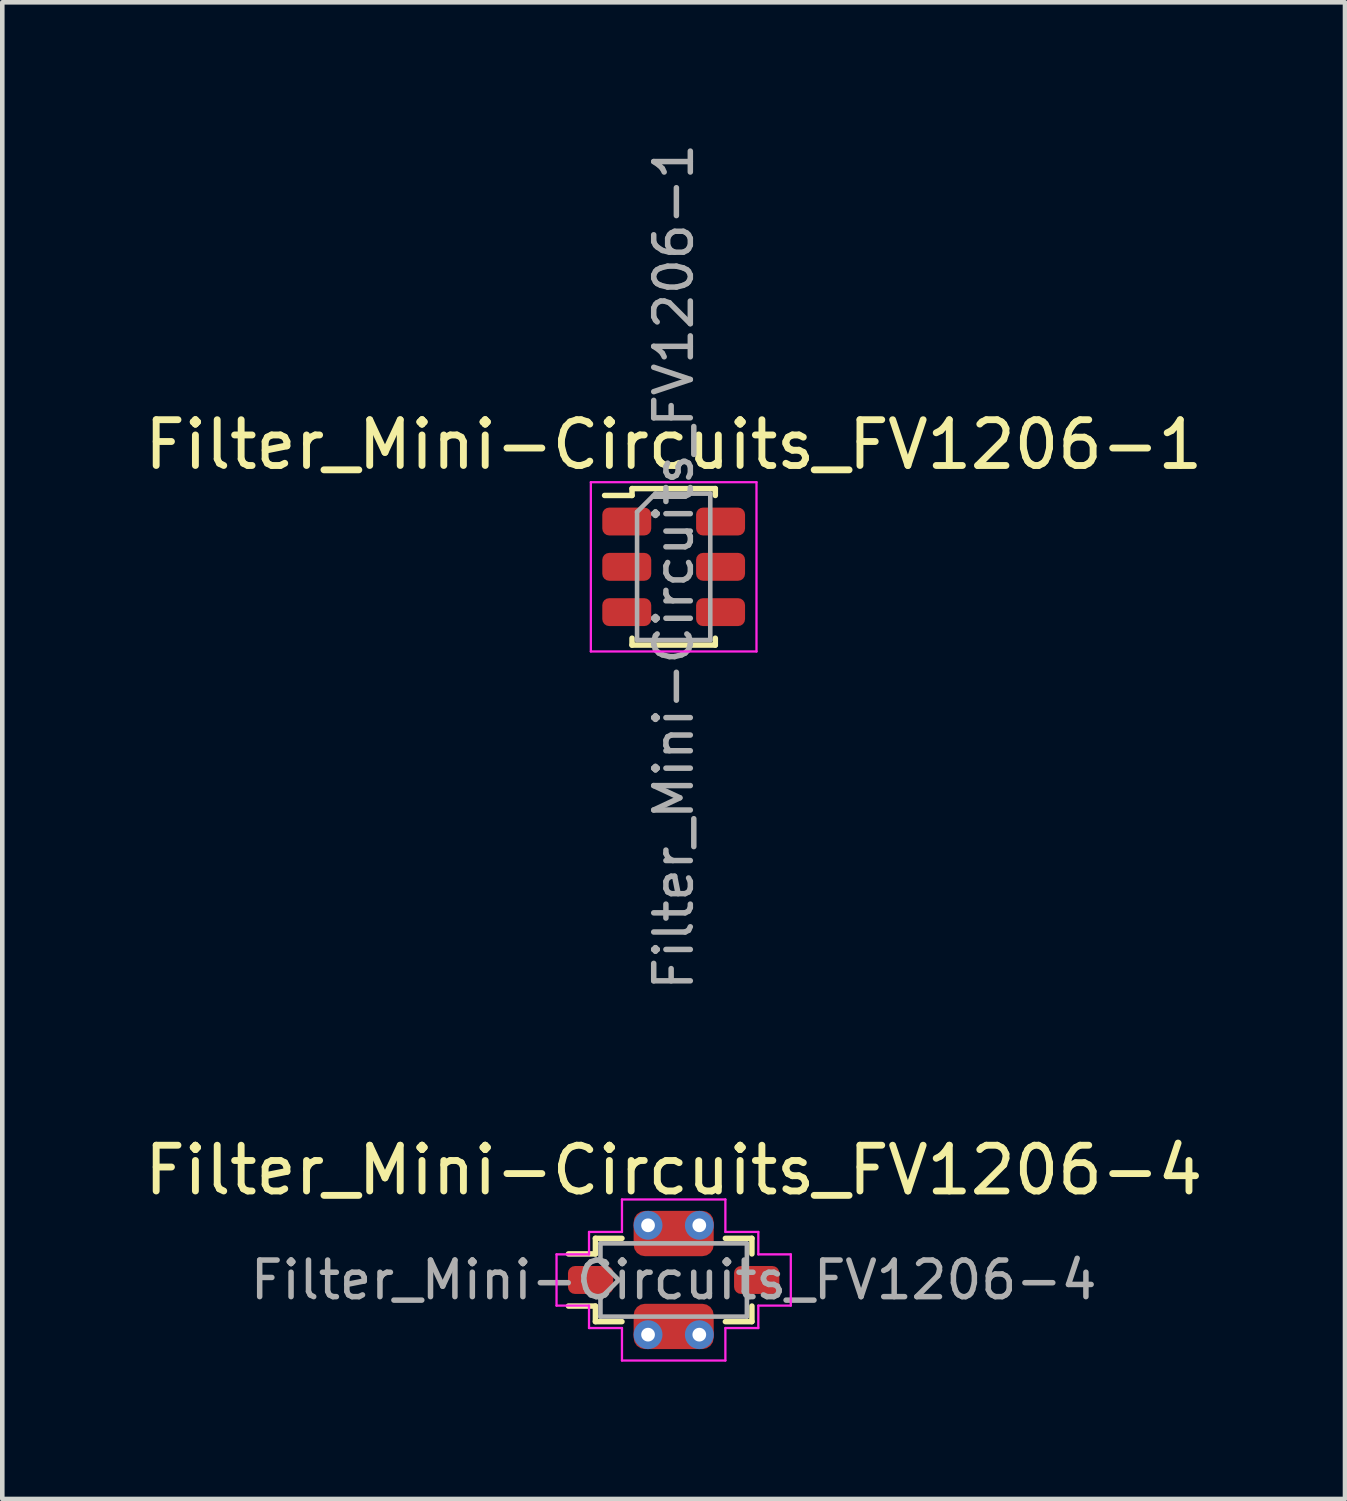
<source format=kicad_pcb>
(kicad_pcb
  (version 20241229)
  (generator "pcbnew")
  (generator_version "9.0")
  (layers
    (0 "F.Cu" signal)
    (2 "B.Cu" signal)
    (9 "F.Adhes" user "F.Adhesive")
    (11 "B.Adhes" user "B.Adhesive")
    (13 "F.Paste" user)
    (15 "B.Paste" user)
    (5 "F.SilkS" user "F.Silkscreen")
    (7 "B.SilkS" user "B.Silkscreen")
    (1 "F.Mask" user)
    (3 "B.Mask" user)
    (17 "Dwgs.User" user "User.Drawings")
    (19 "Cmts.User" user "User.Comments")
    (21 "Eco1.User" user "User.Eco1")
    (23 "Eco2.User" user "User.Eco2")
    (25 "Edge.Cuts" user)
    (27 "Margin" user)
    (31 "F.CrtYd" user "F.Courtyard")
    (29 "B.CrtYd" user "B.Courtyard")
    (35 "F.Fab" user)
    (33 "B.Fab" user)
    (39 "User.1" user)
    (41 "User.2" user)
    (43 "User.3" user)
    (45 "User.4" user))
  (footprint "Filter_Mini-Circuits_FV1206-1"
    (layer "F.Cu")
    (at 11.673 9.338)
    (property "Reference" "Filter_Mini-Circuits_FV1206-1" (at 0 -2.67 0) (layer "F.SilkS") (effects (font (size 1 1) (thickness 0.15))))
    (attr smd)
    (fp_line (start -0.91 -1.56) (end -1.51 -1.56) (stroke (width 0.12) (type solid)) (layer "F.SilkS"))
    (fp_line (start -0.91 -1.56) (end -0.91 -1.71) (stroke (width 0.12) (type solid)) (layer "F.SilkS"))
    (fp_line (start -0.91 1.71) (end -0.91 1.56) (stroke (width 0.12) (type solid)) (layer "F.SilkS"))
    (fp_line (start 0.91 -1.71) (end -0.91 -1.71) (stroke (width 0.12) (type solid)) (layer "F.SilkS"))
    (fp_line (start 0.91 -1.56) (end 0.91 -1.71) (stroke (width 0.12) (type solid)) (layer "F.SilkS"))
    (fp_line (start 0.91 1.71) (end -0.91 1.71) (stroke (width 0.12) (type solid)) (layer "F.SilkS"))
    (fp_line (start 0.91 1.71) (end 0.91 1.56) (stroke (width 0.12) (type solid)) (layer "F.SilkS"))
    (fp_line (start -1.81 -1.85) (end 1.81 -1.85) (stroke (width 0.05) (type solid)) (layer "F.CrtYd"))
    (fp_line (start -1.81 1.85) (end -1.81 -1.85) (stroke (width 0.05) (type solid)) (layer "F.CrtYd"))
    (fp_line (start 1.81 -1.85) (end 1.81 1.85) (stroke (width 0.05) (type solid)) (layer "F.CrtYd"))
    (fp_line (start 1.81 1.85) (end -1.81 1.85) (stroke (width 0.05) (type solid)) (layer "F.CrtYd"))
    (fp_line (start -0.8 -1.2) (end -0.8 1.6) (stroke (width 0.1) (type solid)) (layer "F.Fab"))
    (fp_line (start -0.8 -1.2) (end -0.4 -1.6) (stroke (width 0.1) (type solid)) (layer "F.Fab"))
    (fp_line (start -0.8 1.6) (end 0.8 1.6) (stroke (width 0.1) (type solid)) (layer "F.Fab"))
    (fp_line (start 0.8 -1.6) (end -0.4 -1.6) (stroke (width 0.1) (type solid)) (layer "F.Fab"))
    (fp_line (start 0.8 1.6) (end 0.8 -1.6) (stroke (width 0.1) (type solid)) (layer "F.Fab"))
    (fp_text user "${REFERENCE}" (at 0 0 270) (layer "F.Fab") (effects (font (size 0.8 0.8) (thickness 0.12))))
    (pad "1" smd roundrect (at -1.025 -0.99) (size 1.07 0.61) (layers "F.Cu" "F.Mask" "F.Paste") (roundrect_rratio 0.25))
    (pad "2" smd roundrect (at -1.025 0) (size 1.07 0.61) (layers "F.Cu" "F.Mask" "F.Paste") (roundrect_rratio 0.25))
    (pad "3" smd roundrect (at -1.025 0.99) (size 1.07 0.61) (layers "F.Cu" "F.Mask" "F.Paste") (roundrect_rratio 0.25))
    (pad "4" smd roundrect (at 1.025 0.99) (size 1.07 0.61) (layers "F.Cu" "F.Mask" "F.Paste") (roundrect_rratio 0.25))
    (pad "5" smd roundrect (at 1.025 0) (size 1.07 0.61) (layers "F.Cu" "F.Mask" "F.Paste") (roundrect_rratio 0.25))
    (pad "6" smd roundrect (at 1.025 -0.99) (size 1.07 0.61) (layers "F.Cu" "F.Mask" "F.Paste") (roundrect_rratio 0.25)))
  (footprint "Filter_Mini-Circuits_FV1206-4"
    (layer "F.Cu")
    (at 11.673 24.924)
    (property "Reference" "Filter_Mini-Circuits_FV1206-4" (at 0 -2.4 0) (layer "F.SilkS") (effects (font (size 1 1) (thickness 0.15))))
    (attr smd)
    (fp_line (start -1.71 -0.91) (end -1.71 -0.57) (stroke (width 0.12) (type solid)) (layer "F.SilkS"))
    (fp_line (start -1.71 -0.91) (end -1.13 -0.91) (stroke (width 0.12) (type solid)) (layer "F.SilkS"))
    (fp_line (start -1.71 -0.57) (end -2.3 -0.57) (stroke (width 0.12) (type solid)) (layer "F.SilkS"))
    (fp_line (start -1.71 0.57) (end -2.3 0.57) (stroke (width 0.12) (type solid)) (layer "F.SilkS"))
    (fp_line (start -1.71 0.57) (end -1.71 0.91) (stroke (width 0.12) (type solid)) (layer "F.SilkS"))
    (fp_line (start -1.71 0.91) (end -1.13 0.91) (stroke (width 0.12) (type solid)) (layer "F.SilkS"))
    (fp_line (start 1.13 -0.91) (end 1.71 -0.91) (stroke (width 0.12) (type solid)) (layer "F.SilkS"))
    (fp_line (start 1.13 0.91) (end 1.71 0.91) (stroke (width 0.12) (type solid)) (layer "F.SilkS"))
    (fp_line (start 1.71 -0.91) (end 1.71 -0.57) (stroke (width 0.12) (type solid)) (layer "F.SilkS"))
    (fp_line (start 1.71 0.57) (end 1.71 0.91) (stroke (width 0.12) (type solid)) (layer "F.SilkS"))
    (fp_line (start -2.56 -0.56) (end -2.56 0.56) (stroke (width 0.05) (type solid)) (layer "F.CrtYd"))
    (fp_line (start -2.56 -0.56) (end -1.85 -0.56) (stroke (width 0.05) (type solid)) (layer "F.CrtYd"))
    (fp_line (start -2.56 0.56) (end -1.85 0.56) (stroke (width 0.05) (type solid)) (layer "F.CrtYd"))
    (fp_line (start -1.85 -1.05) (end -1.85 -0.56) (stroke (width 0.05) (type solid)) (layer "F.CrtYd"))
    (fp_line (start -1.85 -1.05) (end -1.13 -1.05) (stroke (width 0.05) (type solid)) (layer "F.CrtYd"))
    (fp_line (start -1.85 0.56) (end -1.85 1.05) (stroke (width 0.05) (type solid)) (layer "F.CrtYd"))
    (fp_line (start -1.85 1.05) (end -1.13 1.05) (stroke (width 0.05) (type solid)) (layer "F.CrtYd"))
    (fp_line (start -1.13 -1.76) (end 1.13 -1.76) (stroke (width 0.05) (type solid)) (layer "F.CrtYd"))
    (fp_line (start -1.13 -1.05) (end -1.13 -1.76) (stroke (width 0.05) (type solid)) (layer "F.CrtYd"))
    (fp_line (start -1.13 1.76) (end -1.13 1.05) (stroke (width 0.05) (type solid)) (layer "F.CrtYd"))
    (fp_line (start -1.13 1.76) (end 1.13 1.76) (stroke (width 0.05) (type solid)) (layer "F.CrtYd"))
    (fp_line (start 1.13 -1.05) (end 1.13 -1.76) (stroke (width 0.05) (type solid)) (layer "F.CrtYd"))
    (fp_line (start 1.13 -1.05) (end 1.85 -1.05) (stroke (width 0.05) (type solid)) (layer "F.CrtYd"))
    (fp_line (start 1.13 1.05) (end 1.85 1.05) (stroke (width 0.05) (type solid)) (layer "F.CrtYd"))
    (fp_line (start 1.13 1.76) (end 1.13 1.05) (stroke (width 0.05) (type solid)) (layer "F.CrtYd"))
    (fp_line (start 1.85 -1.05) (end 1.85 -0.56) (stroke (width 0.05) (type solid)) (layer "F.CrtYd"))
    (fp_line (start 1.85 -0.56) (end 2.56 -0.56) (stroke (width 0.05) (type solid)) (layer "F.CrtYd"))
    (fp_line (start 1.85 0.56) (end 1.85 1.05) (stroke (width 0.05) (type solid)) (layer "F.CrtYd"))
    (fp_line (start 1.85 0.56) (end 2.56 0.56) (stroke (width 0.05) (type solid)) (layer "F.CrtYd"))
    (fp_line (start 2.56 -0.56) (end 2.56 0.56) (stroke (width 0.05) (type solid)) (layer "F.CrtYd"))
    (fp_line (start -1.6 -0.8) (end -1.6 -0.4) (stroke (width 0.1) (type solid)) (layer "F.Fab"))
    (fp_line (start -1.6 -0.8) (end 1.6 -0.8) (stroke (width 0.1) (type solid)) (layer "F.Fab"))
    (fp_line (start -1.6 0.8) (end -1.6 0.4) (stroke (width 0.1) (type solid)) (layer "F.Fab"))
    (fp_line (start -1.2 0) (end -1.6 -0.4) (stroke (width 0.1) (type solid)) (layer "F.Fab"))
    (fp_line (start -1.2 0) (end -1.6 0.4) (stroke (width 0.1) (type solid)) (layer "F.Fab"))
    (fp_line (start 1.6 -0.8) (end 1.6 0.8) (stroke (width 0.1) (type solid)) (layer "F.Fab"))
    (fp_line (start 1.6 0.8) (end -1.6 0.8) (stroke (width 0.1) (type solid)) (layer "F.Fab"))
    (fp_text user "${REFERENCE}" (at 0 0 0) (layer "F.Fab") (effects (font (size 0.8 0.8) (thickness 0.12))))
    (pad "1" smd roundrect (at -1.815 0) (size 0.99 0.61) (layers "F.Cu" "F.Mask" "F.Paste") (roundrect_rratio 0.25))
    (pad "2" thru_hole circle (at -0.56 1.195) (size 0.63 0.63) (drill 0.3) (layers "*.Cu" "*.Mask"))
    (pad "2" smd roundrect (at 0 1.015) (size 1.75 0.99) (layers "F.Cu" "F.Mask" "F.Paste") (roundrect_rratio 0.25))
    (pad "2" thru_hole circle (at 0.56 1.195) (size 0.63 0.63) (drill 0.3) (layers "*.Cu" "*.Mask"))
    (pad "3" smd roundrect (at 1.815 0) (size 0.99 0.61) (layers "F.Cu" "F.Mask" "F.Paste") (roundrect_rratio 0.25))
    (pad "4" thru_hole circle (at -0.56 -1.195) (size 0.63 0.63) (drill 0.3) (layers "*.Cu" "*.Mask"))
    (pad "4" smd roundrect (at 0 -1.015) (size 1.75 0.99) (layers "F.Cu" "F.Mask" "F.Paste") (roundrect_rratio 0.25))
    (pad "4" thru_hole circle (at 0.56 -1.195) (size 0.63 0.63) (drill 0.3) (layers "*.Cu" "*.Mask")))
  (gr_rect
    (start -3 -3)
    (end 26.345 29.709)
    (stroke (width 0.1) (type default))
    (fill no)
    (layer "Edge.Cuts")))
</source>
